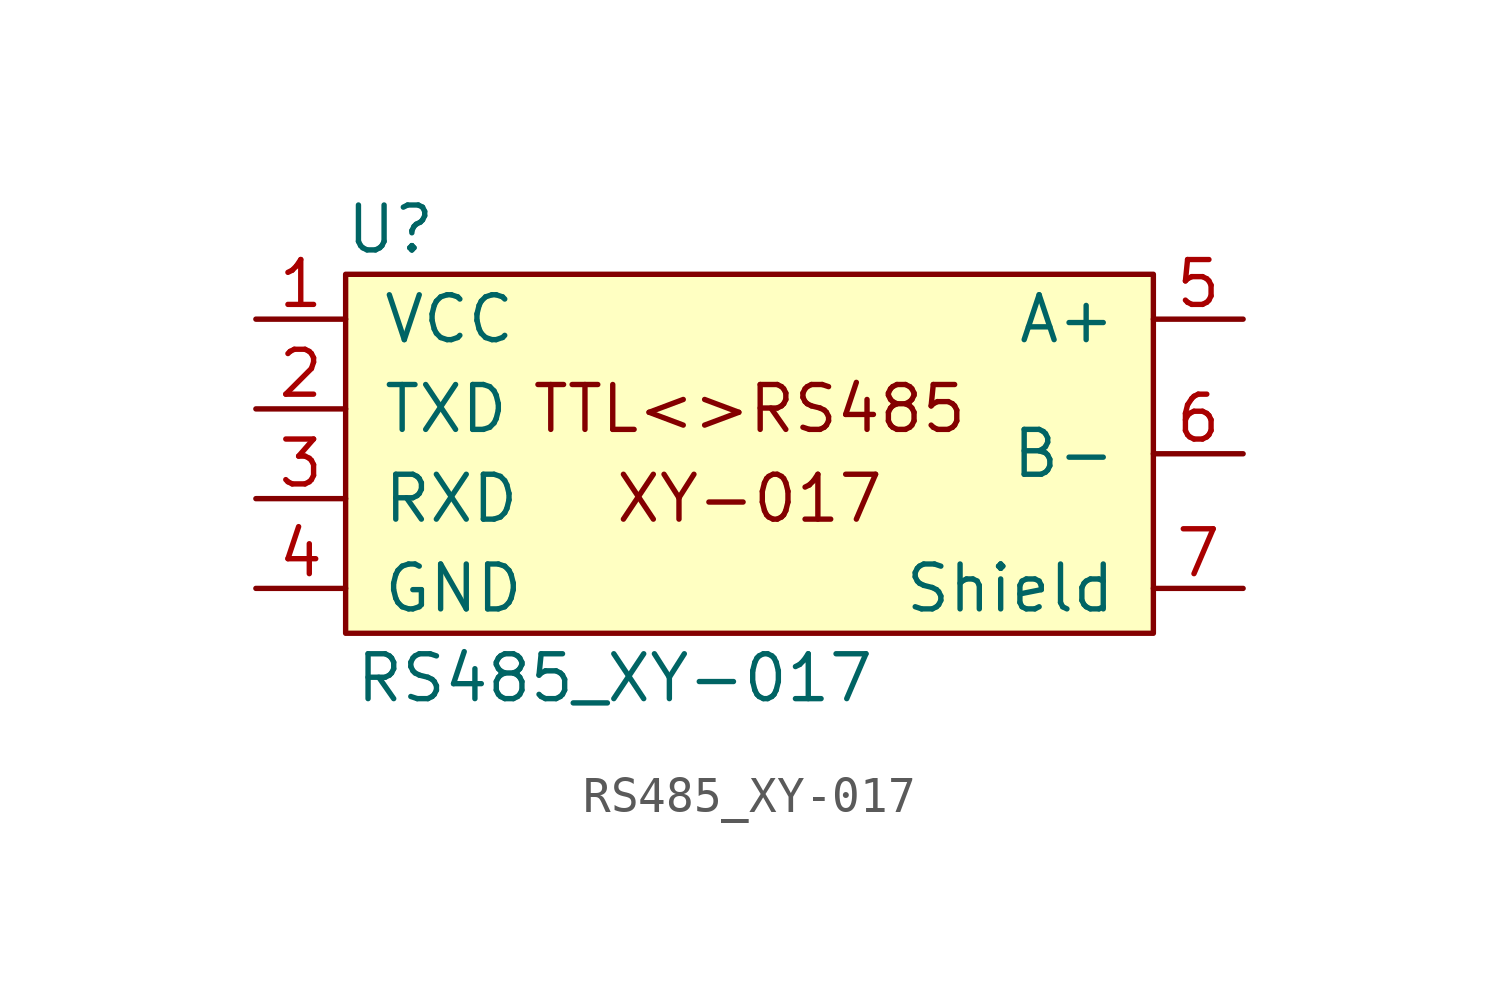
<source format=kicad_sym>
(kicad_symbol_lib
  (version 20211014)
  (generator kicad_symbol_editor)
  (symbol "RS485_XY-017"
    (pin_names
      (offset 1.016))
    (property "Reference" "U"
      (at -10.16 6.35 0)
      (effects (font (size 1.27 1.27))))
    (property "Value" "RS485_XY-017"
      (at -3.81 -6.35 0)
      (effects (font (size 1.27 1.27))))
    (symbol "RS485_XY-017_0_0"
      (text "TTL<>RS485" (at 0 1.27 0) (effects (font (size 1.27 1.27))))
      (text "XY-017" (at 0 -1.27 0) (effects (font (size 1.27 1.27)))))
    (symbol "RS485_XY-017_0_1"
      (rectangle (start 11.43 -5.08) (end -11.43 5.08) (stroke (width 0) (type default) (color 0 0 0 0)) (fill (type background))))
    (symbol "RS485_XY-017_1_1"
      (pin power_in line (at -13.97 3.81 0) (length 2.54) (name "VCC" (effects (font (size 1.27 1.27)))) (number "1" (effects (font (size 1.27 1.27)))))
      (pin input line (at -13.97 1.27 0) (length 2.54) (name "TXD" (effects (font (size 1.27 1.27)))) (number "2" (effects (font (size 1.27 1.27)))))
      (pin output line (at -13.97 -1.27 0) (length 2.54) (name "RXD" (effects (font (size 1.27 1.27)))) (number "3" (effects (font (size 1.27 1.27)))))
      (pin power_in line (at -13.97 -3.81 0) (length 2.54) (name "GND" (effects (font (size 1.27 1.27)))) (number "4" (effects (font (size 1.27 1.27)))))
      (pin output line (at 13.97 3.81 180) (length 2.54) (name "A+" (effects (font (size 1.27 1.27)))) (number "5" (effects (font (size 1.27 1.27)))))
      (pin output line (at 13.97 0 180) (length 2.54) (name "B-" (effects (font (size 1.27 1.27)))) (number "6" (effects (font (size 1.27 1.27)))))
      (pin output line (at 13.97 -3.81 180) (length 2.54) (name "Shield" (effects (font (size 1.27 1.27)))) (number "7" (effects (font (size 1.27 1.27))))))))
</source>
